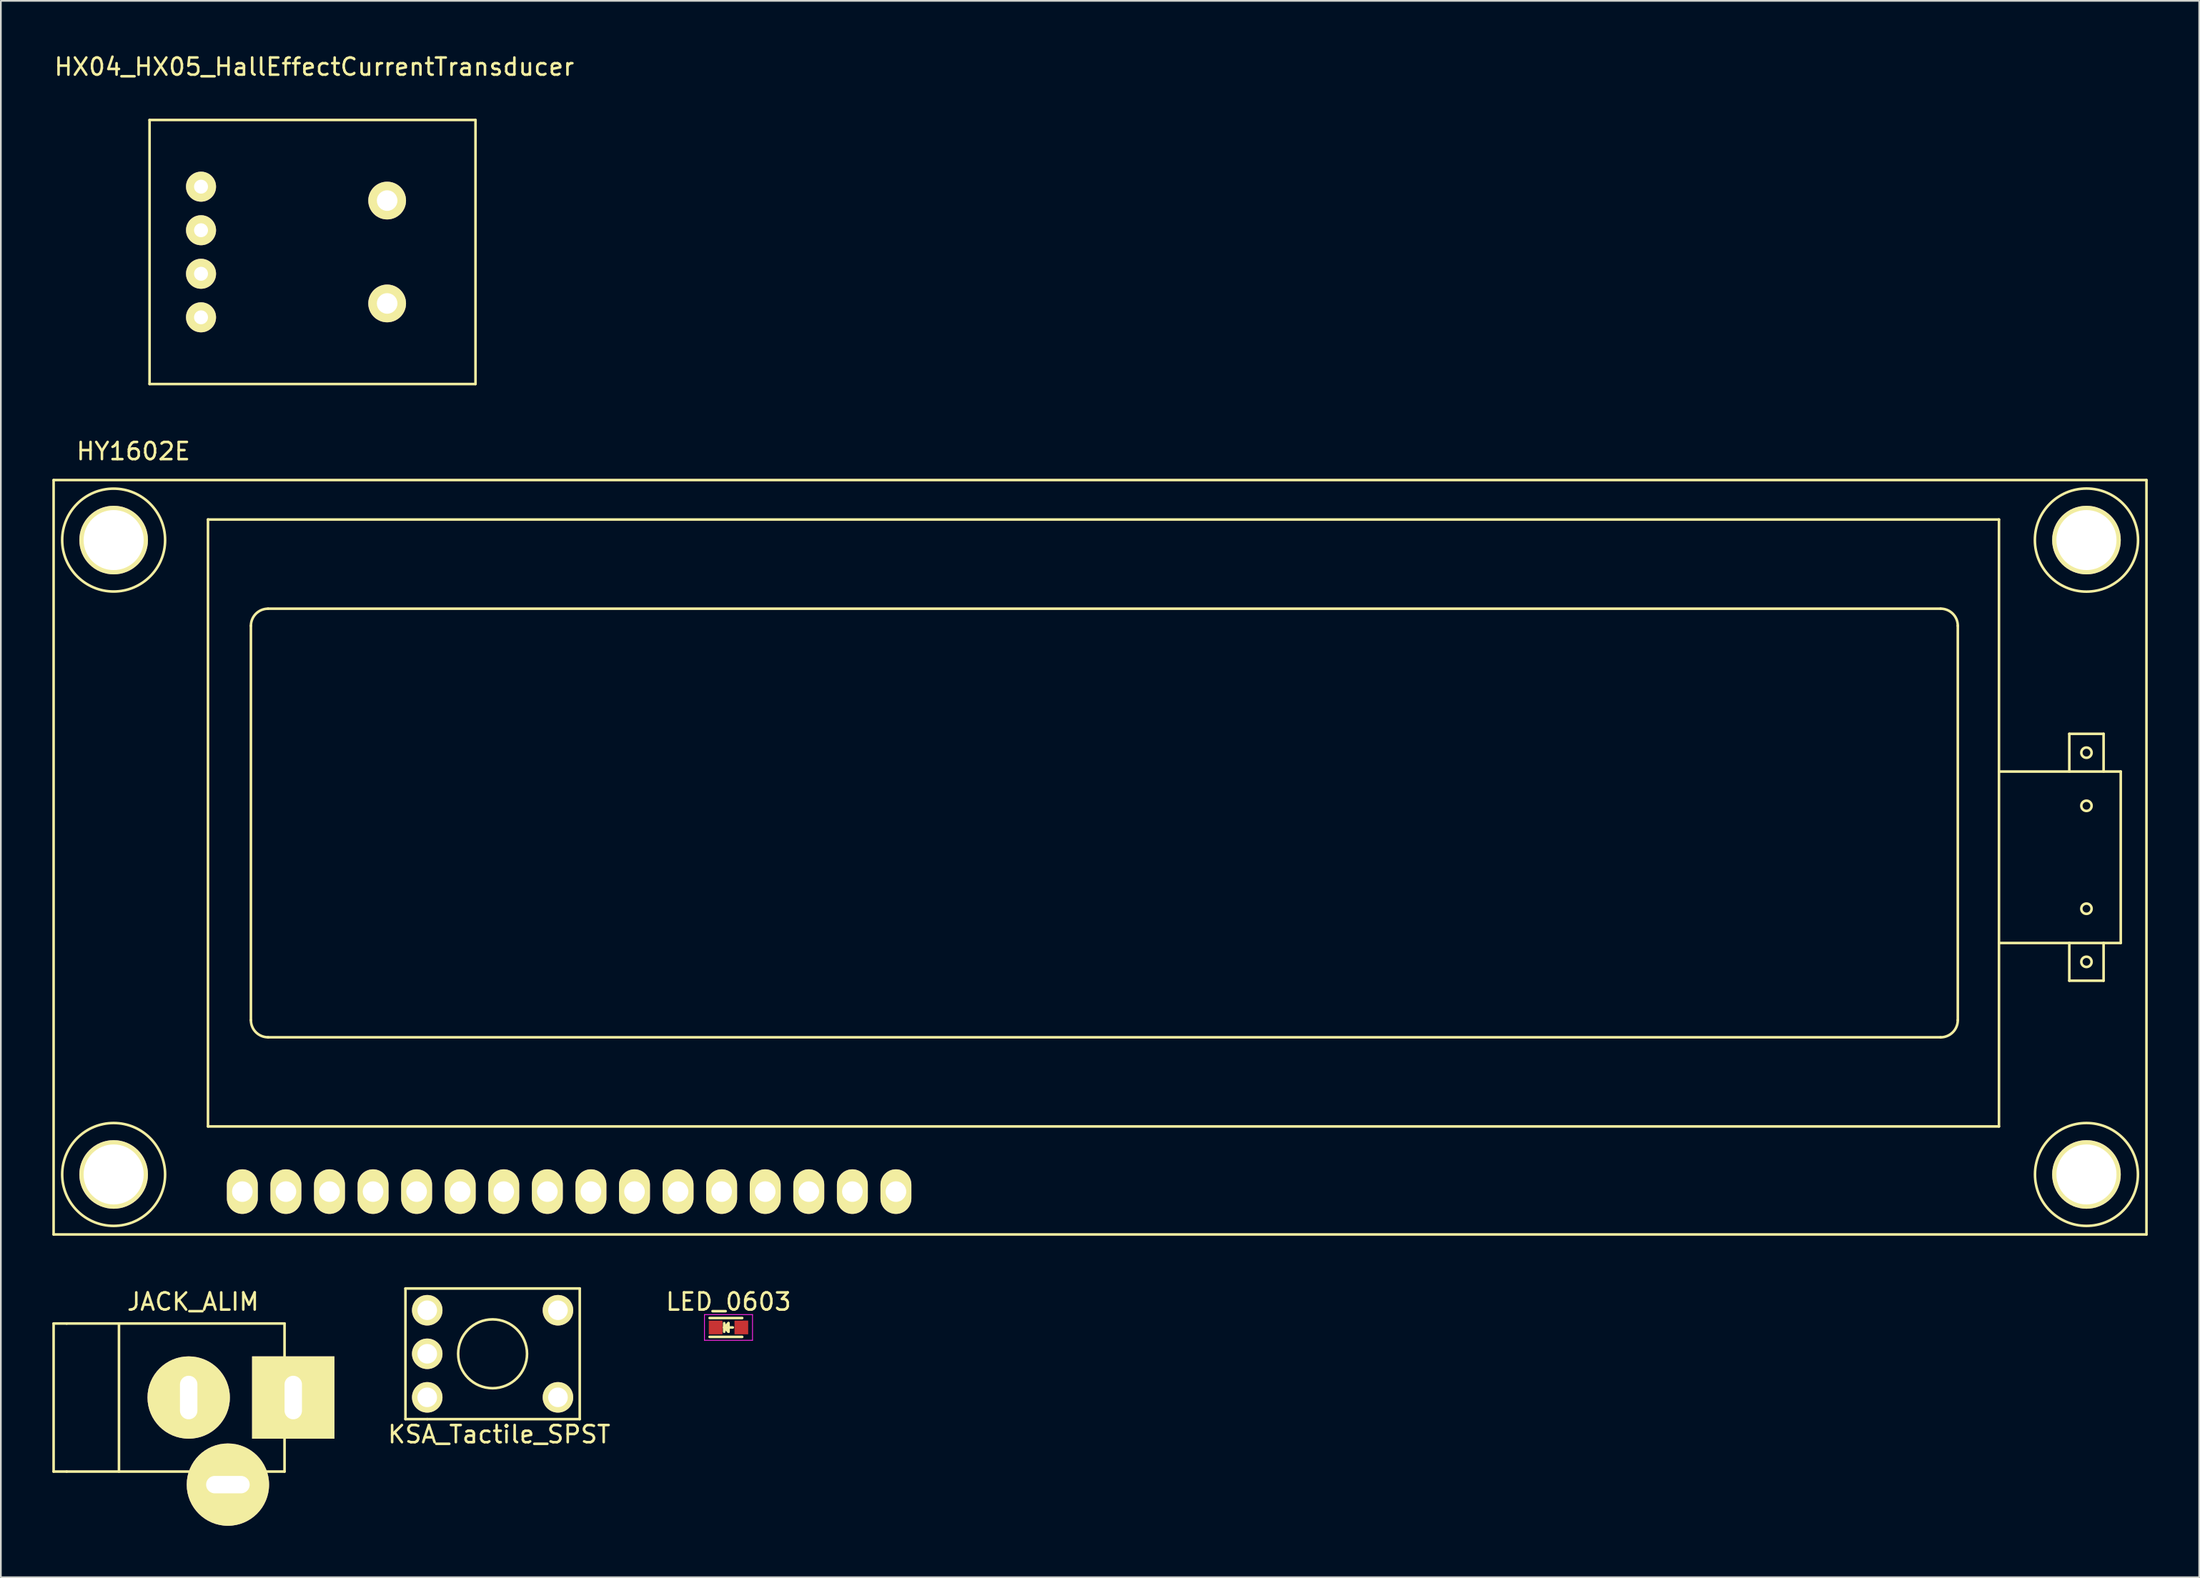
<source format=kicad_pcb>
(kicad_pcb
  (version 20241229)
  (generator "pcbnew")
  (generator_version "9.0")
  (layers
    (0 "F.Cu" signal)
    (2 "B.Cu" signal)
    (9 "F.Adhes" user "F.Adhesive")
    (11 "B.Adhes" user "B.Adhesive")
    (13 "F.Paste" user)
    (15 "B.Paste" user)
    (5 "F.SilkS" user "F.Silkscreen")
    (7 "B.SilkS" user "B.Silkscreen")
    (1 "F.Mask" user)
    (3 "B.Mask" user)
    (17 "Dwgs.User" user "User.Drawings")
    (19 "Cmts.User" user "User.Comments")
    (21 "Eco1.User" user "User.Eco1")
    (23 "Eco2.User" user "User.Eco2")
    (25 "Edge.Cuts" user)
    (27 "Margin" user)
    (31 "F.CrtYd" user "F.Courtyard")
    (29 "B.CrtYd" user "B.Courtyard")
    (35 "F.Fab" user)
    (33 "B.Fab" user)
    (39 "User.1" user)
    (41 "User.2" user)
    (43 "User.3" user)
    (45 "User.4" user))
  (footprint "HY1602E"
    (layer "F.Cu")
    (at 49.176 66.451)
    (property "Reference" "HY1602E" (at -44.45 -43.18 0) (layer "F.SilkS") (effects (font (size 1 1) (thickness 0.15))))
    (attr through_hole)
    (fp_line (start -49.101 -41.501) (end -49.101 2.499) (stroke (width 0.15) (type solid)) (layer "F.SilkS"))
    (fp_line (start -49.101 2.499) (end 72.898 2.499) (stroke (width 0.15) (type solid)) (layer "F.SilkS"))
    (fp_line (start -40.102 -39.2) (end 64.3 -39.2) (stroke (width 0.15) (type solid)) (layer "F.SilkS"))
    (fp_line (start -40.102 -3.8) (end -40.102 -39.2) (stroke (width 0.15) (type solid)) (layer "F.SilkS"))
    (fp_line (start -37.6 -10) (end -37.6 -33) (stroke (width 0.15) (type solid)) (layer "F.SilkS"))
    (fp_line (start -36.601 -34) (end 60.899 -34) (stroke (width 0.15) (type solid)) (layer "F.SilkS"))
    (fp_line (start 60.899 -9.002) (end -36.601 -9.002) (stroke (width 0.15) (type solid)) (layer "F.SilkS"))
    (fp_line (start 61.9 -33) (end 61.9 -10) (stroke (width 0.15) (type solid)) (layer "F.SilkS"))
    (fp_line (start 64.3 -39.2) (end 64.3 -3.8) (stroke (width 0.15) (type solid)) (layer "F.SilkS"))
    (fp_line (start 64.3 -24.501) (end 71.399 -24.501) (stroke (width 0.15) (type solid)) (layer "F.SilkS"))
    (fp_line (start 64.3 -3.8) (end -40.102 -3.8) (stroke (width 0.15) (type solid)) (layer "F.SilkS"))
    (fp_line (start 68.4 -26.7) (end 70.399 -26.7) (stroke (width 0.15) (type solid)) (layer "F.SilkS"))
    (fp_line (start 68.4 -24.501) (end 68.4 -26.7) (stroke (width 0.15) (type solid)) (layer "F.SilkS"))
    (fp_line (start 68.4 -14.501) (end 68.4 -12.301) (stroke (width 0.15) (type solid)) (layer "F.SilkS"))
    (fp_line (start 68.4 -12.301) (end 70.399 -12.301) (stroke (width 0.15) (type solid)) (layer "F.SilkS"))
    (fp_line (start 70.399 -26.7) (end 70.399 -24.501) (stroke (width 0.15) (type solid)) (layer "F.SilkS"))
    (fp_line (start 70.399 -12.301) (end 70.399 -14.501) (stroke (width 0.15) (type solid)) (layer "F.SilkS"))
    (fp_line (start 71.399 -24.501) (end 71.399 -14.501) (stroke (width 0.15) (type solid)) (layer "F.SilkS"))
    (fp_line (start 71.399 -14.501) (end 64.3 -14.501) (stroke (width 0.15) (type solid)) (layer "F.SilkS"))
    (fp_line (start 72.898 -41.501) (end -49.101 -41.501) (stroke (width 0.15) (type solid)) (layer "F.SilkS"))
    (fp_line (start 72.898 2.499) (end 72.898 -41.501) (stroke (width 0.15) (type solid)) (layer "F.SilkS"))
    (fp_arc (start -37.59962 -32.99968) (mid -37.307248 -33.705528) (end -36.6014 -33.9979) (stroke (width 0.15) (type solid)) (layer "F.SilkS"))
    (fp_arc (start -36.6014 -9.00176) (mid -37.307248 -9.294132) (end -37.59962 -9.99998) (stroke (width 0.15) (type solid)) (layer "F.SilkS"))
    (fp_arc (start 60.89904 -34.00044) (mid 61.606684 -33.707324) (end 61.8998 -32.99968) (stroke (width 0.15) (type solid)) (layer "F.SilkS"))
    (fp_arc (start 61.8998 -9.99998) (mid 61.606684 -9.292336) (end 60.89904 -8.99922) (stroke (width 0.15) (type solid)) (layer "F.SilkS"))
    (fp_circle (center -45.601 -38.001) (end -42.601 -38.001) (stroke (width 0.15) (type solid)) (fill no) (layer "F.SilkS"))
    (fp_circle (center -45.601 -1.001) (end -42.601 -1.001) (stroke (width 0.15) (type solid)) (fill no) (layer "F.SilkS"))
    (fp_circle (center 69.4 -38.001) (end 72.4 -37.8) (stroke (width 0.15) (type solid)) (fill no) (layer "F.SilkS"))
    (fp_circle (center 69.4 -25.601) (end 69.7 -25.601) (stroke (width 0.15) (type solid)) (fill no) (layer "F.SilkS"))
    (fp_circle (center 69.4 -22.502) (end 69.7 -22.502) (stroke (width 0.15) (type solid)) (fill no) (layer "F.SilkS"))
    (fp_circle (center 69.4 -16.5) (end 69.7 -16.5) (stroke (width 0.15) (type solid)) (fill no) (layer "F.SilkS"))
    (fp_circle (center 69.4 -13.401) (end 69.7 -13.401) (stroke (width 0.15) (type solid)) (fill no) (layer "F.SilkS"))
    (fp_circle (center 69.4 -1.001) (end 72.4 -1.001) (stroke (width 0.15) (type solid)) (fill no) (layer "F.SilkS"))
    (pad "0" thru_hole circle (at -45.601 -38.001) (size 4 4) (drill 3.5) (layers "*.Cu" "*.Mask" "F.SilkS"))
    (pad "0" thru_hole circle (at -45.601 -1.001) (size 4 4) (drill 3.5) (layers "*.Cu" "*.Mask" "F.SilkS"))
    (pad "0" thru_hole circle (at 69.4 -38.001) (size 4 4) (drill 3.5) (layers "*.Cu" "*.Mask" "F.SilkS"))
    (pad "0" thru_hole circle (at 69.4 -1.001) (size 4 4) (drill 3.5) (layers "*.Cu" "*.Mask" "F.SilkS"))
    (pad "1" thru_hole oval (at 0 0) (size 1.8 2.6) (drill 1.2) (layers "*.Cu" "*.Mask" "F.SilkS"))
    (pad "2" thru_hole oval (at -2.54 0) (size 1.8 2.6) (drill 1.2) (layers "*.Cu" "*.Mask" "F.SilkS"))
    (pad "3" thru_hole oval (at -5.08 0) (size 1.8 2.6) (drill 1.2) (layers "*.Cu" "*.Mask" "F.SilkS"))
    (pad "4" thru_hole oval (at -7.62 0) (size 1.8 2.6) (drill 1.2) (layers "*.Cu" "*.Mask" "F.SilkS"))
    (pad "5" thru_hole oval (at -10.16 0) (size 1.8 2.6) (drill 1.2) (layers "*.Cu" "*.Mask" "F.SilkS"))
    (pad "6" thru_hole oval (at -12.7 0) (size 1.8 2.6) (drill 1.2) (layers "*.Cu" "*.Mask" "F.SilkS"))
    (pad "7" thru_hole oval (at -15.24 0) (size 1.8 2.6) (drill 1.2) (layers "*.Cu" "*.Mask" "F.SilkS"))
    (pad "8" thru_hole oval (at -17.78 0) (size 1.8 2.6) (drill 1.2) (layers "*.Cu" "*.Mask" "F.SilkS"))
    (pad "9" thru_hole oval (at -20.32 0) (size 1.8 2.6) (drill 1.2) (layers "*.Cu" "*.Mask" "F.SilkS"))
    (pad "10" thru_hole oval (at -22.86 0) (size 1.8 2.6) (drill 1.2) (layers "*.Cu" "*.Mask" "F.SilkS"))
    (pad "11" thru_hole oval (at -25.4 0) (size 1.8 2.6) (drill 1.2) (layers "*.Cu" "*.Mask" "F.SilkS"))
    (pad "12" thru_hole oval (at -27.94 0) (size 1.8 2.6) (drill 1.2) (layers "*.Cu" "*.Mask" "F.SilkS"))
    (pad "13" thru_hole oval (at -30.48 0) (size 1.8 2.6) (drill 1.2) (layers "*.Cu" "*.Mask" "F.SilkS"))
    (pad "14" thru_hole oval (at -33.02 0) (size 1.8 2.6) (drill 1.2) (layers "*.Cu" "*.Mask" "F.SilkS"))
    (pad "15" thru_hole oval (at -35.56 0) (size 1.8 2.6) (drill 1.2) (layers "*.Cu" "*.Mask" "F.SilkS"))
    (pad "16" thru_hole oval (at -38.1 0) (size 1.8 2.6) (drill 1.2) (layers "*.Cu" "*.Mask" "F.SilkS")))
  (footprint "HX04_HX05_HallEffectCurrentTransducer"
    (layer "F.Cu")
    (at 15.168 11.648)
    (property "Reference" "HX04_HX05_HallEffectCurrentTransducer" (at 0.1 -10.8 0) (layer "F.SilkS") (effects (font (size 1 1) (thickness 0.15))))
    (attr through_hole)
    (fp_line (start -9.5 -7.7) (end -9.5 7.7) (stroke (width 0.15) (type solid)) (layer "F.SilkS"))
    (fp_line (start -9.5 7.7) (end 9.5 7.7) (stroke (width 0.15) (type solid)) (layer "F.SilkS"))
    (fp_line (start 9.5 -7.7) (end -9.5 -7.7) (stroke (width 0.15) (type solid)) (layer "F.SilkS"))
    (fp_line (start 9.5 7.7) (end 9.5 -7.7) (stroke (width 0.15) (type solid)) (layer "F.SilkS"))
    (pad "1" thru_hole circle (at -6.5 -3.81) (size 1.75 1.75) (drill 0.813) (layers "*.Cu" "*.Mask" "F.SilkS"))
    (pad "2" thru_hole circle (at -6.5 -1.27) (size 1.75 1.75) (drill 0.813) (layers "*.Cu" "*.Mask" "F.SilkS"))
    (pad "3" thru_hole circle (at -6.5 1.27) (size 1.75 1.75) (drill 0.813) (layers "*.Cu" "*.Mask" "F.SilkS"))
    (pad "4" thru_hole circle (at -6.5 3.81) (size 1.75 1.75) (drill 0.813) (layers "*.Cu" "*.Mask" "F.SilkS"))
    (pad "5" thru_hole circle (at 4.35 -3) (size 2.2 2.2) (drill 1.2) (layers "*.Cu" "*.Mask" "F.SilkS"))
    (pad "6" thru_hole circle (at 4.35 3) (size 2.2 2.2) (drill 1.2) (layers "*.Cu" "*.Mask" "F.SilkS")))
  (footprint "KSA_Tactile_SPST"
    (layer "F.Cu")
    (at 25.665 75.911)
    (property "Reference" "KSA_Tactile_SPST" (at 0.381 4.699 0) (layer "F.SilkS") (effects (font (size 1 1) (thickness 0.15))))
    (attr through_hole)
    (fp_line (start -5.08 -3.81) (end -5.08 3.81) (stroke (width 0.15) (type solid)) (layer "F.SilkS"))
    (fp_line (start -5.08 3.81) (end -3.81 3.81) (stroke (width 0.15) (type solid)) (layer "F.SilkS"))
    (fp_line (start -3.81 3.81) (end 5.08 3.81) (stroke (width 0.15) (type solid)) (layer "F.SilkS"))
    (fp_line (start 5.08 -3.81) (end -5.08 -3.81) (stroke (width 0.15) (type solid)) (layer "F.SilkS"))
    (fp_line (start 5.08 3.81) (end 5.08 -3.81) (stroke (width 0.15) (type solid)) (layer "F.SilkS"))
    (fp_circle (center 0 0) (end 1.905 0.635) (stroke (width 0.15) (type solid)) (fill no) (layer "F.SilkS"))
    (pad "1" thru_hole circle (at 3.81 -2.54) (size 1.778 1.778) (drill 1.143) (layers "*.Cu" "*.Mask" "F.SilkS"))
    (pad "2" thru_hole circle (at 3.81 2.54) (size 1.778 1.778) (drill 1.143) (layers "*.Cu" "*.Mask" "F.SilkS"))
    (pad "3" thru_hole circle (at -3.81 2.54) (size 1.778 1.778) (drill 1.143) (layers "*.Cu" "*.Mask" "F.SilkS"))
    (pad "4" thru_hole circle (at -3.81 0) (size 1.778 1.778) (drill 1.143) (layers "*.Cu" "*.Mask" "F.SilkS"))
    (pad "5" thru_hole circle (at -3.81 -2.54) (size 1.778 1.778) (drill 1.143) (layers "*.Cu" "*.Mask" "F.SilkS")))
  (footprint "LED_0603"
    (layer "F.Cu")
    (at 39.416 74.374)
    (property "Reference" "LED_0603" (at 0 -1.5 0) (layer "F.SilkS") (effects (font (size 1 1) (thickness 0.15))))
    (attr smd)
    (fp_line (start -1.1 -0.55) (end 0.8 -0.55) (stroke (width 0.15) (type solid)) (layer "F.SilkS"))
    (fp_line (start -1.1 0.55) (end 0.8 0.55) (stroke (width 0.15) (type solid)) (layer "F.SilkS"))
    (fp_line (start -0.25 -0.25) (end -0.25 0.25) (stroke (width 0.15) (type solid)) (layer "F.SilkS"))
    (fp_line (start -0.25 0) (end 0 -0.25) (stroke (width 0.15) (type solid)) (layer "F.SilkS"))
    (fp_line (start -0.2 0) (end 0.25 0) (stroke (width 0.15) (type solid)) (layer "F.SilkS"))
    (fp_line (start 0 -0.25) (end 0 0.25) (stroke (width 0.15) (type solid)) (layer "F.SilkS"))
    (fp_line (start 0 0.25) (end -0.25 0) (stroke (width 0.15) (type solid)) (layer "F.SilkS"))
    (fp_line (start -1.4 -0.75) (end 1.4 -0.75) (stroke (width 0.05) (type solid)) (layer "F.CrtYd"))
    (fp_line (start -1.4 0.75) (end -1.4 -0.75) (stroke (width 0.05) (type solid)) (layer "F.CrtYd"))
    (fp_line (start 1.4 -0.75) (end 1.4 0.75) (stroke (width 0.05) (type solid)) (layer "F.CrtYd"))
    (fp_line (start 1.4 0.75) (end -1.4 0.75) (stroke (width 0.05) (type solid)) (layer "F.CrtYd"))
    (pad "1" smd rect (at -0.749 0 180) (size 0.798 0.798) (layers "F.Cu" "F.Mask" "F.Paste"))
    (pad "2" smd rect (at 0.749 0 180) (size 0.798 0.798) (layers "F.Cu" "F.Mask" "F.Paste")))
  (footprint "JACK_ALIM"
    (layer "F.Cu")
    (at 7.949 78.462)
    (property "Reference" "JACK_ALIM" (at 0.254 -5.588 0) (layer "F.SilkS") (effects (font (size 1 1) (thickness 0.15))))
    (attr through_hole)
    (fp_line (start -7.874 -4.318) (end -7.874 4.318) (stroke (width 0.15) (type solid)) (layer "F.SilkS"))
    (fp_line (start -7.874 4.318) (end -7.112 4.318) (stroke (width 0.15) (type solid)) (layer "F.SilkS"))
    (fp_line (start -7.112 -4.318) (end -7.874 -4.318) (stroke (width 0.15) (type solid)) (layer "F.SilkS"))
    (fp_line (start -7.112 -4.318) (end 5.588 -4.318) (stroke (width 0.15) (type solid)) (layer "F.SilkS"))
    (fp_line (start -7.112 4.318) (end 5.588 4.318) (stroke (width 0.15) (type solid)) (layer "F.SilkS"))
    (fp_line (start -4.064 -4.318) (end -4.064 4.318) (stroke (width 0.15) (type solid)) (layer "F.SilkS"))
    (fp_line (start 5.588 -4.318) (end 5.588 4.318) (stroke (width 0.15) (type solid)) (layer "F.SilkS"))
    (pad "1" thru_hole rect (at 6.096 0) (size 4.801 4.801) (drill oval 1.016 2.54) (layers "*.Cu" "*.Mask" "F.SilkS"))
    (pad "2" thru_hole circle (at 0 0) (size 4.801 4.801) (drill oval 1.016 2.54) (layers "*.Cu" "*.Mask" "F.SilkS"))
    (pad "3" thru_hole circle (at 2.286 5.08) (size 4.801 4.801) (drill oval 2.54 1.016) (layers "*.Cu" "*.Mask" "F.SilkS")))
  (gr_rect
    (start -3 -3)
    (end 125.149 88.942)
    (stroke (width 0.1) (type default))
    (fill no)
    (layer "Edge.Cuts")))
</source>
